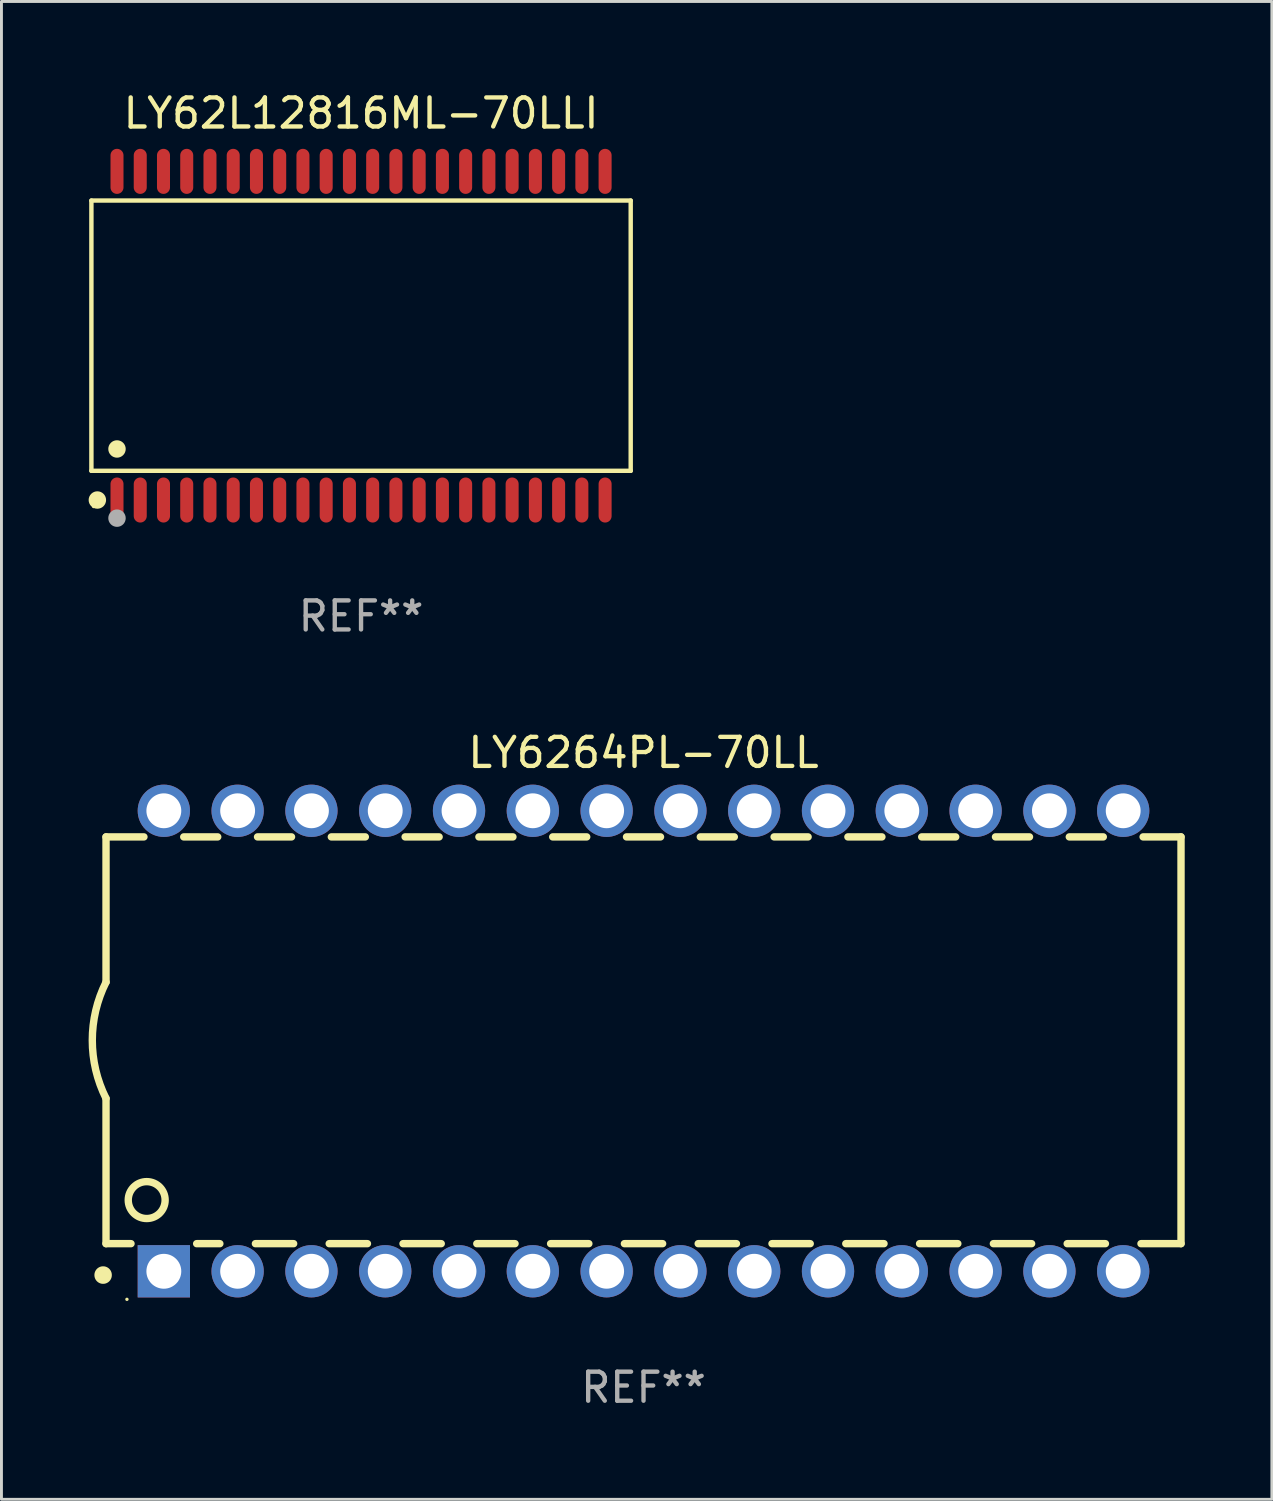
<source format=kicad_pcb>
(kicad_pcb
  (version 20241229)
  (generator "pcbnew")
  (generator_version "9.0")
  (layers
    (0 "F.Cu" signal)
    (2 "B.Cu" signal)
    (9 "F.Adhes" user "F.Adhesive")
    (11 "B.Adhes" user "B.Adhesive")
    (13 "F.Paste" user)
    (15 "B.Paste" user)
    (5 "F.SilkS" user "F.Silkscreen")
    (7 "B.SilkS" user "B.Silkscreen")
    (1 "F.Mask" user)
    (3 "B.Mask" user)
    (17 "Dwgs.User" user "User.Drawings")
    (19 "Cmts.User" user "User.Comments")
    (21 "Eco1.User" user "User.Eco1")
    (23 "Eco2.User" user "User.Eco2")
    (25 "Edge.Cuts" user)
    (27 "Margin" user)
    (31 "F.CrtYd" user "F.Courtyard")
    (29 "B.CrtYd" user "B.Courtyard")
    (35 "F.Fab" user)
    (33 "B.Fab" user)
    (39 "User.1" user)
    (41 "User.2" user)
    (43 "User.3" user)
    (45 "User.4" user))
  (footprint "LY62L12816ML-70LLI"
    (layer "F.Cu")
    (at 9.377 8.504)
    (property "Reference" "LY62L12816ML-70LLI" (at 0 -7.656 0) (layer "F.SilkS") (effects (font (size 1 1) (thickness 0.15))))
    (attr through_hole)
    (fp_line (start -9.281 -4.651) (end 9.281 -4.651) (stroke (width 0.152) (type solid)) (layer "F.SilkS"))
    (fp_line (start -9.281 4.651) (end -9.281 -4.651) (stroke (width 0.152) (type solid)) (layer "F.SilkS"))
    (fp_line (start 9.281 -4.651) (end 9.281 4.651) (stroke (width 0.152) (type solid)) (layer "F.SilkS"))
    (fp_line (start 9.281 4.651) (end -9.281 4.651) (stroke (width 0.152) (type solid)) (layer "F.SilkS"))
    (fp_circle (center -9.205 5.88) (end -9.175 5.88) (stroke (width 0.06) (type solid)) (fill no) (layer "F.SilkS"))
    (fp_circle (center -9.076 5.656) (end -8.926 5.656) (stroke (width 0.3) (type solid)) (fill no) (layer "F.SilkS"))
    (fp_circle (center -8.4 3.899) (end -8.25 3.899) (stroke (width 0.3) (type solid)) (fill no) (layer "F.SilkS"))
    (fp_circle (center -8.4 6.28) (end -8.25 6.28) (stroke (width 0.3) (type solid)) (fill no) (layer "F.Fab"))
    (fp_text user "REF**" (at 0 9.656 0) (layer "F.Fab") (effects (font (size 1 1) (thickness 0.15))))
    (pad "1" smd oval (at -8.4 5.656) (size 0.448 1.551) (layers "F.Cu" "F.Mask" "F.Paste"))
    (pad "2" smd oval (at -7.6 5.656) (size 0.448 1.551) (layers "F.Cu" "F.Mask" "F.Paste"))
    (pad "3" smd oval (at -6.8 5.656) (size 0.448 1.551) (layers "F.Cu" "F.Mask" "F.Paste"))
    (pad "4" smd oval (at -6 5.656) (size 0.448 1.551) (layers "F.Cu" "F.Mask" "F.Paste"))
    (pad "5" smd oval (at -5.2 5.656) (size 0.448 1.551) (layers "F.Cu" "F.Mask" "F.Paste"))
    (pad "6" smd oval (at -4.4 5.656) (size 0.448 1.551) (layers "F.Cu" "F.Mask" "F.Paste"))
    (pad "7" smd oval (at -3.6 5.656) (size 0.448 1.551) (layers "F.Cu" "F.Mask" "F.Paste"))
    (pad "8" smd oval (at -2.8 5.656) (size 0.448 1.551) (layers "F.Cu" "F.Mask" "F.Paste"))
    (pad "9" smd oval (at -2 5.656) (size 0.448 1.551) (layers "F.Cu" "F.Mask" "F.Paste"))
    (pad "10" smd oval (at -1.2 5.656) (size 0.448 1.551) (layers "F.Cu" "F.Mask" "F.Paste"))
    (pad "11" smd oval (at -0.4 5.656) (size 0.448 1.551) (layers "F.Cu" "F.Mask" "F.Paste"))
    (pad "12" smd oval (at 0.4 5.656) (size 0.448 1.551) (layers "F.Cu" "F.Mask" "F.Paste"))
    (pad "13" smd oval (at 1.2 5.656) (size 0.448 1.551) (layers "F.Cu" "F.Mask" "F.Paste"))
    (pad "14" smd oval (at 2 5.656) (size 0.448 1.551) (layers "F.Cu" "F.Mask" "F.Paste"))
    (pad "15" smd oval (at 2.8 5.656) (size 0.448 1.551) (layers "F.Cu" "F.Mask" "F.Paste"))
    (pad "16" smd oval (at 3.6 5.656) (size 0.448 1.551) (layers "F.Cu" "F.Mask" "F.Paste"))
    (pad "17" smd oval (at 4.4 5.656) (size 0.448 1.551) (layers "F.Cu" "F.Mask" "F.Paste"))
    (pad "18" smd oval (at 5.2 5.656) (size 0.448 1.551) (layers "F.Cu" "F.Mask" "F.Paste"))
    (pad "19" smd oval (at 6 5.656) (size 0.448 1.551) (layers "F.Cu" "F.Mask" "F.Paste"))
    (pad "20" smd oval (at 6.8 5.656) (size 0.448 1.551) (layers "F.Cu" "F.Mask" "F.Paste"))
    (pad "21" smd oval (at 7.6 5.656) (size 0.448 1.551) (layers "F.Cu" "F.Mask" "F.Paste"))
    (pad "22" smd oval (at 8.4 5.656) (size 0.448 1.551) (layers "F.Cu" "F.Mask" "F.Paste"))
    (pad "23" smd oval (at 8.4 -5.656) (size 0.448 1.551) (layers "F.Cu" "F.Mask" "F.Paste"))
    (pad "24" smd oval (at 7.6 -5.656) (size 0.448 1.551) (layers "F.Cu" "F.Mask" "F.Paste"))
    (pad "25" smd oval (at 6.8 -5.656) (size 0.448 1.551) (layers "F.Cu" "F.Mask" "F.Paste"))
    (pad "26" smd oval (at 6 -5.656) (size 0.448 1.551) (layers "F.Cu" "F.Mask" "F.Paste"))
    (pad "27" smd oval (at 5.2 -5.656) (size 0.448 1.551) (layers "F.Cu" "F.Mask" "F.Paste"))
    (pad "28" smd oval (at 4.4 -5.656) (size 0.448 1.551) (layers "F.Cu" "F.Mask" "F.Paste"))
    (pad "29" smd oval (at 3.6 -5.656) (size 0.448 1.551) (layers "F.Cu" "F.Mask" "F.Paste"))
    (pad "30" smd oval (at 2.8 -5.656) (size 0.448 1.551) (layers "F.Cu" "F.Mask" "F.Paste"))
    (pad "31" smd oval (at 2 -5.656) (size 0.448 1.551) (layers "F.Cu" "F.Mask" "F.Paste"))
    (pad "32" smd oval (at 1.2 -5.656) (size 0.448 1.551) (layers "F.Cu" "F.Mask" "F.Paste"))
    (pad "33" smd oval (at 0.4 -5.656) (size 0.448 1.551) (layers "F.Cu" "F.Mask" "F.Paste"))
    (pad "34" smd oval (at -0.4 -5.656) (size 0.448 1.551) (layers "F.Cu" "F.Mask" "F.Paste"))
    (pad "35" smd oval (at -1.2 -5.656) (size 0.448 1.551) (layers "F.Cu" "F.Mask" "F.Paste"))
    (pad "36" smd oval (at -2 -5.656) (size 0.448 1.551) (layers "F.Cu" "F.Mask" "F.Paste"))
    (pad "37" smd oval (at -2.8 -5.656) (size 0.448 1.551) (layers "F.Cu" "F.Mask" "F.Paste"))
    (pad "38" smd oval (at -3.6 -5.656) (size 0.448 1.551) (layers "F.Cu" "F.Mask" "F.Paste"))
    (pad "39" smd oval (at -4.4 -5.656) (size 0.448 1.551) (layers "F.Cu" "F.Mask" "F.Paste"))
    (pad "40" smd oval (at -5.2 -5.656) (size 0.448 1.551) (layers "F.Cu" "F.Mask" "F.Paste"))
    (pad "41" smd oval (at -6 -5.656) (size 0.448 1.551) (layers "F.Cu" "F.Mask" "F.Paste"))
    (pad "42" smd oval (at -6.8 -5.656) (size 0.448 1.551) (layers "F.Cu" "F.Mask" "F.Paste"))
    (pad "43" smd oval (at -7.6 -5.656) (size 0.448 1.551) (layers "F.Cu" "F.Mask" "F.Paste"))
    (pad "44" smd oval (at -8.4 -5.656) (size 0.448 1.551) (layers "F.Cu" "F.Mask" "F.Paste")))
  (footprint "LY6264PL-70LL"
    (layer "F.Cu")
    (at 19.099 32.781)
    (property "Reference" "LY6264PL-70LL" (at 0 -9.925 0) (layer "F.SilkS") (effects (font (size 1 1) (thickness 0.15))))
    (attr through_hole)
    (fp_line (start -18.5 -7.026) (end -18.5 -2.026) (stroke (width 0.254) (type solid)) (layer "F.SilkS"))
    (fp_line (start -18.5 1.974) (end -18.5 6.974) (stroke (width 0.254) (type solid)) (layer "F.SilkS"))
    (fp_line (start -17.64 6.974) (end -18.5 6.974) (stroke (width 0.254) (type solid)) (layer "F.SilkS"))
    (fp_line (start -17.195 -7.026) (end -18.5 -7.026) (stroke (width 0.254) (type solid)) (layer "F.SilkS"))
    (fp_line (start -14.655 -7.026) (end -15.825 -7.026) (stroke (width 0.254) (type solid)) (layer "F.SilkS"))
    (fp_line (start -14.582 6.974) (end -15.38 6.974) (stroke (width 0.254) (type solid)) (layer "F.SilkS"))
    (fp_line (start -12.115 -7.026) (end -13.285 -7.026) (stroke (width 0.254) (type solid)) (layer "F.SilkS"))
    (fp_line (start -12.042 6.974) (end -13.358 6.974) (stroke (width 0.254) (type solid)) (layer "F.SilkS"))
    (fp_line (start -9.575 -7.026) (end -10.745 -7.026) (stroke (width 0.254) (type solid)) (layer "F.SilkS"))
    (fp_line (start -9.502 6.974) (end -10.818 6.974) (stroke (width 0.254) (type solid)) (layer "F.SilkS"))
    (fp_line (start -7.035 -7.026) (end -8.205 -7.026) (stroke (width 0.254) (type solid)) (layer "F.SilkS"))
    (fp_line (start -6.962 6.974) (end -8.278 6.974) (stroke (width 0.254) (type solid)) (layer "F.SilkS"))
    (fp_line (start -4.495 -7.026) (end -5.665 -7.026) (stroke (width 0.254) (type solid)) (layer "F.SilkS"))
    (fp_line (start -4.422 6.974) (end -5.738 6.974) (stroke (width 0.254) (type solid)) (layer "F.SilkS"))
    (fp_line (start -1.955 -7.026) (end -3.125 -7.026) (stroke (width 0.254) (type solid)) (layer "F.SilkS"))
    (fp_line (start -1.882 6.974) (end -3.198 6.974) (stroke (width 0.254) (type solid)) (layer "F.SilkS"))
    (fp_line (start 0.585 -7.026) (end -0.585 -7.026) (stroke (width 0.254) (type solid)) (layer "F.SilkS"))
    (fp_line (start 0.658 6.974) (end -0.658 6.974) (stroke (width 0.254) (type solid)) (layer "F.SilkS"))
    (fp_line (start 3.125 -7.026) (end 1.955 -7.026) (stroke (width 0.254) (type solid)) (layer "F.SilkS"))
    (fp_line (start 3.198 6.974) (end 1.882 6.974) (stroke (width 0.254) (type solid)) (layer "F.SilkS"))
    (fp_line (start 5.665 -7.026) (end 4.495 -7.026) (stroke (width 0.254) (type solid)) (layer "F.SilkS"))
    (fp_line (start 5.738 6.974) (end 4.422 6.974) (stroke (width 0.254) (type solid)) (layer "F.SilkS"))
    (fp_line (start 8.205 -7.026) (end 7.035 -7.026) (stroke (width 0.254) (type solid)) (layer "F.SilkS"))
    (fp_line (start 8.278 6.974) (end 6.962 6.974) (stroke (width 0.254) (type solid)) (layer "F.SilkS"))
    (fp_line (start 10.745 -7.026) (end 9.575 -7.026) (stroke (width 0.254) (type solid)) (layer "F.SilkS"))
    (fp_line (start 10.818 6.974) (end 9.502 6.974) (stroke (width 0.254) (type solid)) (layer "F.SilkS"))
    (fp_line (start 13.285 -7.026) (end 12.115 -7.026) (stroke (width 0.254) (type solid)) (layer "F.SilkS"))
    (fp_line (start 13.358 6.974) (end 12.042 6.974) (stroke (width 0.254) (type solid)) (layer "F.SilkS"))
    (fp_line (start 15.825 -7.026) (end 14.655 -7.026) (stroke (width 0.254) (type solid)) (layer "F.SilkS"))
    (fp_line (start 15.898 6.974) (end 14.582 6.974) (stroke (width 0.254) (type solid)) (layer "F.SilkS"))
    (fp_line (start 18.5 -7.026) (end 17.195 -7.026) (stroke (width 0.254) (type solid)) (layer "F.SilkS"))
    (fp_line (start 18.5 6.974) (end 17.122 6.974) (stroke (width 0.254) (type solid)) (layer "F.SilkS"))
    (fp_line (start 18.5 6.974) (end 18.5 -7.026) (stroke (width 0.254) (type solid)) (layer "F.SilkS"))
    (fp_arc (start -18.599924 8.057734) (mid -18.599935 8.055207) (end -18.599924 8.052679) (stroke (width 0.6) (type solid)) (layer "F.SilkS"))
    (fp_arc (start -18.500051 1.974346) (mid -18.972187 -0.025654) (end -18.500051 -2.025654) (stroke (width 0.254001) (type solid)) (layer "F.SilkS"))
    (fp_circle (center -17.78 8.89) (end -17.75 8.89) (stroke (width 0.06) (type solid)) (fill no) (layer "F.SilkS"))
    (fp_circle (center -17.1 5.474) (end -16.465 5.474) (stroke (width 0.254) (type solid)) (fill no) (layer "F.SilkS"))
    (fp_text user "REF**" (at 0 11.925 0) (layer "F.Fab") (effects (font (size 1 1) (thickness 0.15))))
    (pad "1" thru_hole rect (at -16.51 7.925) (size 1.8 1.8) (drill 1.2) (layers "*.Cu" "*.Mask"))
    (pad "2" thru_hole circle (at -13.97 7.925) (size 1.8 1.8) (drill 1.2) (layers "*.Cu" "*.Mask"))
    (pad "3" thru_hole circle (at -11.43 7.924) (size 1.8 1.8) (drill 1.2) (layers "*.Cu" "*.Mask"))
    (pad "4" thru_hole circle (at -8.89 7.924) (size 1.8 1.8) (drill 1.2) (layers "*.Cu" "*.Mask"))
    (pad "5" thru_hole circle (at -6.35 7.924) (size 1.8 1.8) (drill 1.2) (layers "*.Cu" "*.Mask"))
    (pad "6" thru_hole circle (at -3.81 7.924) (size 1.8 1.8) (drill 1.2) (layers "*.Cu" "*.Mask"))
    (pad "7" thru_hole circle (at -1.27 7.924) (size 1.8 1.8) (drill 1.2) (layers "*.Cu" "*.Mask"))
    (pad "8" thru_hole circle (at 1.27 7.924) (size 1.8 1.8) (drill 1.2) (layers "*.Cu" "*.Mask"))
    (pad "9" thru_hole circle (at 3.81 7.924) (size 1.8 1.8) (drill 1.2) (layers "*.Cu" "*.Mask"))
    (pad "10" thru_hole circle (at 6.35 7.924) (size 1.8 1.8) (drill 1.2) (layers "*.Cu" "*.Mask"))
    (pad "11" thru_hole circle (at 8.89 7.924) (size 1.8 1.8) (drill 1.2) (layers "*.Cu" "*.Mask"))
    (pad "12" thru_hole circle (at 11.43 7.924) (size 1.8 1.8) (drill 1.2) (layers "*.Cu" "*.Mask"))
    (pad "13" thru_hole circle (at 13.97 7.924) (size 1.8 1.8) (drill 1.2) (layers "*.Cu" "*.Mask"))
    (pad "14" thru_hole circle (at 16.51 7.924) (size 1.8 1.8) (drill 1.2) (layers "*.Cu" "*.Mask"))
    (pad "15" thru_hole circle (at 16.51 -7.925) (size 1.8 1.8) (drill 1.2) (layers "*.Cu" "*.Mask"))
    (pad "16" thru_hole circle (at 13.97 -7.925) (size 1.8 1.8) (drill 1.2) (layers "*.Cu" "*.Mask"))
    (pad "17" thru_hole circle (at 11.43 -7.925) (size 1.8 1.8) (drill 1.2) (layers "*.Cu" "*.Mask"))
    (pad "18" thru_hole circle (at 8.89 -7.925) (size 1.8 1.8) (drill 1.2) (layers "*.Cu" "*.Mask"))
    (pad "19" thru_hole circle (at 6.35 -7.925) (size 1.8 1.8) (drill 1.2) (layers "*.Cu" "*.Mask"))
    (pad "20" thru_hole circle (at 3.81 -7.925) (size 1.8 1.8) (drill 1.2) (layers "*.Cu" "*.Mask"))
    (pad "21" thru_hole circle (at 1.27 -7.925) (size 1.8 1.8) (drill 1.2) (layers "*.Cu" "*.Mask"))
    (pad "22" thru_hole circle (at -1.27 -7.925) (size 1.8 1.8) (drill 1.2) (layers "*.Cu" "*.Mask"))
    (pad "23" thru_hole circle (at -3.81 -7.925) (size 1.8 1.8) (drill 1.2) (layers "*.Cu" "*.Mask"))
    (pad "24" thru_hole circle (at -6.35 -7.925) (size 1.8 1.8) (drill 1.2) (layers "*.Cu" "*.Mask"))
    (pad "25" thru_hole circle (at -8.89 -7.925) (size 1.8 1.8) (drill 1.2) (layers "*.Cu" "*.Mask"))
    (pad "26" thru_hole circle (at -11.43 -7.925) (size 1.8 1.8) (drill 1.2) (layers "*.Cu" "*.Mask"))
    (pad "27" thru_hole circle (at -13.97 -7.925) (size 1.8 1.8) (drill 1.2) (layers "*.Cu" "*.Mask"))
    (pad "28" thru_hole circle (at -16.51 -7.925) (size 1.8 1.8) (drill 1.2) (layers "*.Cu" "*.Mask")))
  (gr_rect
    (start -3 -3)
    (end 40.726 48.554)
    (stroke (width 0.1) (type default))
    (fill no)
    (layer "Edge.Cuts")))
</source>
